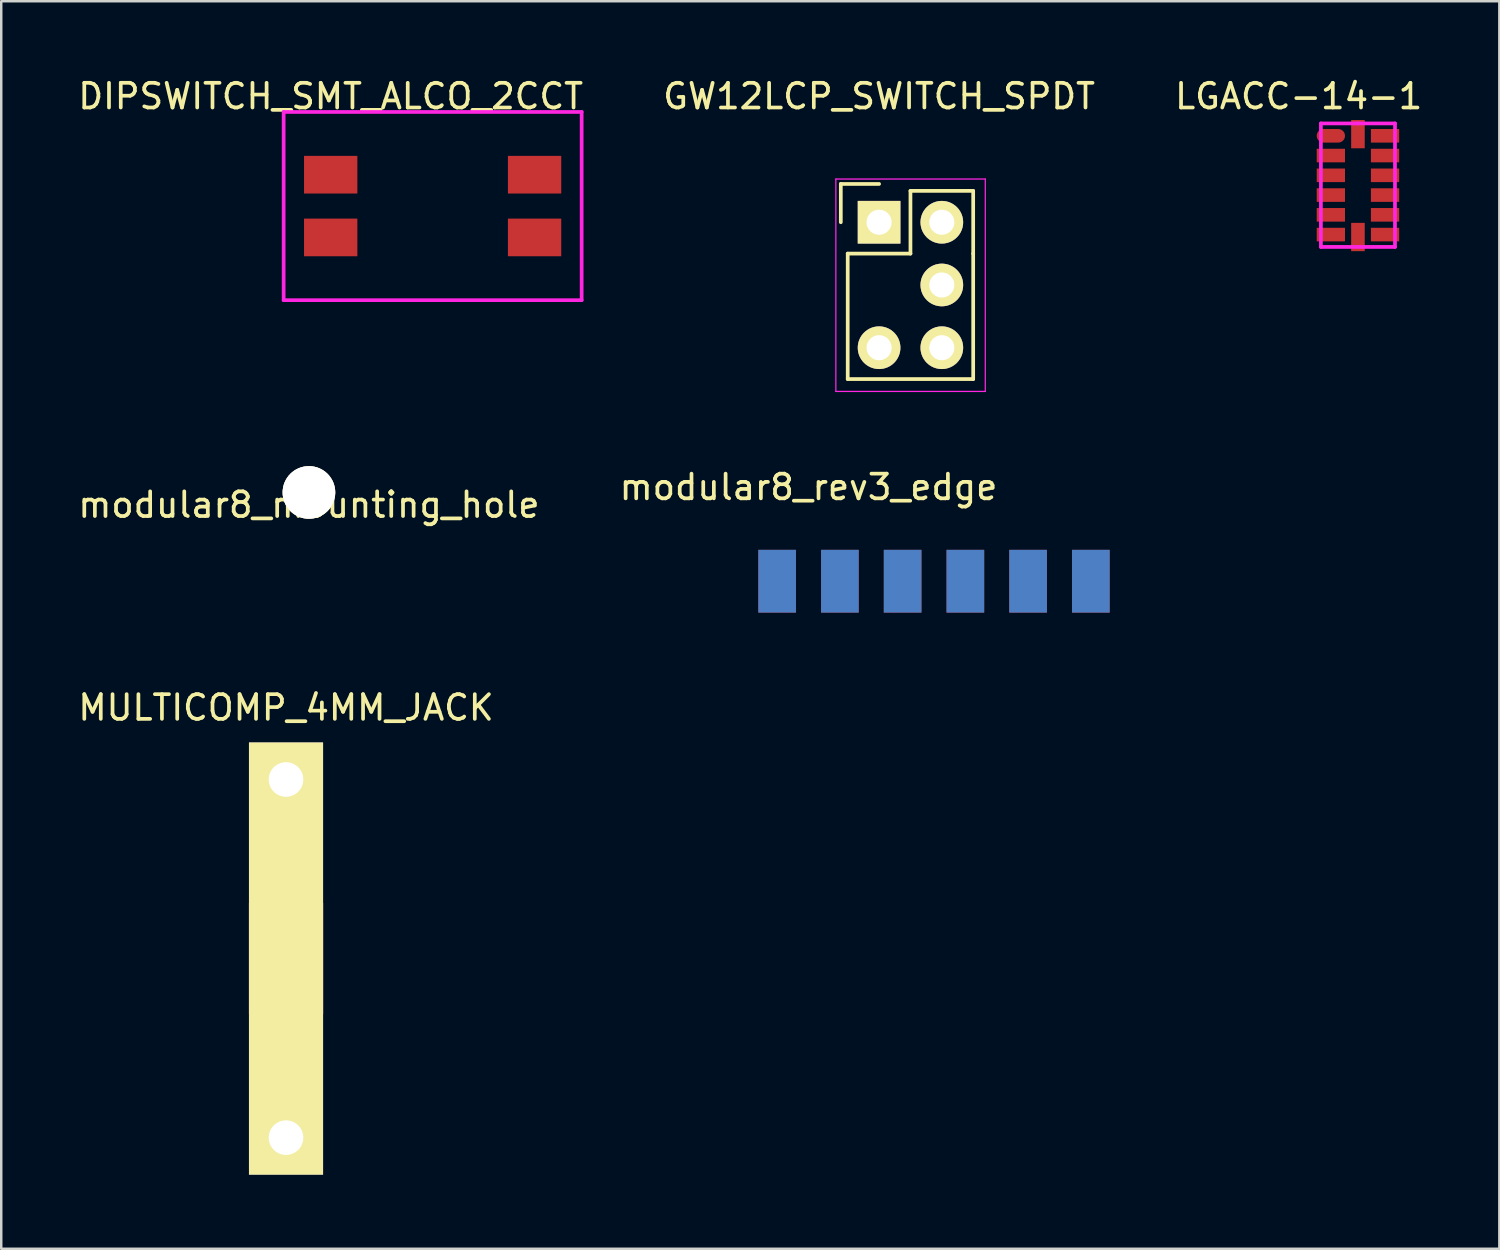
<source format=kicad_pcb>
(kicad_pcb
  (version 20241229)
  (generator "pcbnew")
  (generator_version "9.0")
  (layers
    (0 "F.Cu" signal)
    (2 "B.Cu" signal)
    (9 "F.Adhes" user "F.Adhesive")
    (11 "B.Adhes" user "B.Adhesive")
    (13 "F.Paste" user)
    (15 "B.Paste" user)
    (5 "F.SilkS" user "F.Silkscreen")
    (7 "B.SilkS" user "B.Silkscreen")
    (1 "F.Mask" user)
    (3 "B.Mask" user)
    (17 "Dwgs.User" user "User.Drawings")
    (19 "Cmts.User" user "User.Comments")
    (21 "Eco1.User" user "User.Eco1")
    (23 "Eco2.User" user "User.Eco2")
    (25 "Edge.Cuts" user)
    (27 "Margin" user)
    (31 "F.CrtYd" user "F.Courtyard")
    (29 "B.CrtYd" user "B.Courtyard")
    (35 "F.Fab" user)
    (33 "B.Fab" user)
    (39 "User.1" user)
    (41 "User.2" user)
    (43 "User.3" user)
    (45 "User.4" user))
  (footprint "LGACC-14-1"
    (layer "F.Cu")
    (at 51.93 4.448)
    (property "Reference" "LGACC-14-1" (at -2.4 -3.6 0) (layer "F.SilkS") (effects (font (size 1 1) (thickness 0.15))))
    (attr through_hole)
    (fp_line (start -1.5 -2.5) (end -1.5 2.5) (stroke (width 0.15) (type solid)) (layer "F.CrtYd"))
    (fp_line (start -1.5 2.5) (end 1.5 2.5) (stroke (width 0.15) (type solid)) (layer "F.CrtYd"))
    (fp_line (start 0 -2.5) (end -1.5 -2.5) (stroke (width 0.15) (type solid)) (layer "F.CrtYd"))
    (fp_line (start 1.5 -2.5) (end 0 -2.5) (stroke (width 0.15) (type solid)) (layer "F.CrtYd"))
    (fp_line (start 1.5 2.5) (end 1.5 -2.5) (stroke (width 0.15) (type solid)) (layer "F.CrtYd"))
    (pad "" smd rect (at -1.1 -2) (size 1.145 0.55) (layers "F.Mask"))
    (pad "1" smd oval (at -1.097 -2) (size 1.145 0.55) (layers "F.Cu" "F.Mask" "F.Paste"))
    (pad "2" smd rect (at -1.097 -1.2) (size 1.145 0.55) (layers "F.Cu" "F.Mask" "F.Paste"))
    (pad "3" smd rect (at -1.097 -0.4) (size 1.145 0.55) (layers "F.Cu" "F.Mask" "F.Paste"))
    (pad "4" smd rect (at -1.097 0.4) (size 1.145 0.55) (layers "F.Cu" "F.Mask" "F.Paste"))
    (pad "5" smd rect (at -1.097 1.2) (size 1.145 0.55) (layers "F.Cu" "F.Mask" "F.Paste"))
    (pad "6" smd rect (at -1.097 2) (size 1.145 0.55) (layers "F.Cu" "F.Mask" "F.Paste"))
    (pad "7" smd rect (at 0 2.098 90) (size 1.145 0.55) (layers "F.Cu" "F.Mask" "F.Paste"))
    (pad "8" smd rect (at 1.097 2) (size 1.145 0.55) (layers "F.Cu" "F.Mask" "F.Paste"))
    (pad "9" smd rect (at 1.097 1.2) (size 1.145 0.55) (layers "F.Cu" "F.Mask" "F.Paste"))
    (pad "10" smd rect (at 1.097 0.4) (size 1.145 0.55) (layers "F.Cu" "F.Mask" "F.Paste"))
    (pad "11" smd rect (at 1.097 -0.4) (size 1.145 0.55) (layers "F.Cu" "F.Mask" "F.Paste"))
    (pad "12" smd rect (at 1.097 -1.2) (size 1.145 0.55) (layers "F.Cu" "F.Mask" "F.Paste"))
    (pad "13" smd rect (at 1.097 -2) (size 1.145 0.55) (layers "F.Cu" "F.Mask" "F.Paste"))
    (pad "14" smd rect (at 0 -2.067 90) (size 1.145 0.55) (layers "F.Cu" "F.Mask" "F.Paste")))
  (footprint "MULTICOMP_4MM_JACK"
    (layer "F.Cu")
    (at 8.53 35.76)
    (property "Reference" "MULTICOMP_4MM_JACK" (at 0 -10.16 0) (layer "F.SilkS") (effects (font (size 1 1) (thickness 0.15))))
    (attr through_hole)
    (pad "1" thru_hole rect (at 0 -7.25) (size 3 11) (drill 1.4 (offset 0 4)) (layers "*.Cu" "*.Mask" "F.SilkS"))
    (pad "1" thru_hole rect (at 0 7.25) (size 3 11) (drill 1.4 (offset 0 -4)) (layers "*.Cu" "*.Mask" "F.SilkS")))
  (footprint "modular8_mounting_hole"
    (layer "F.Cu")
    (at 9.458 16.888)
    (property "Reference" "modular8_mounting_hole" (at 0 0.5 0) (layer "F.SilkS") (effects (font (size 1 1) (thickness 0.15))))
    (attr through_hole)
    (pad "1" thru_hole circle (at 0 0) (size 2.13 2.13) (drill 2.13) (layers "*.Cu" "*.Mask" "F.SilkS")))
  (footprint "DIPSWITCH_SMT_ALCO_2CCT"
    (layer "F.Cu")
    (at 10.339 4.023)
    (property "Reference" "DIPSWITCH_SMT_ALCO_2CCT" (at 0 -3.175 0) (layer "F.SilkS") (effects (font (size 1 1) (thickness 0.15))))
    (attr through_hole)
    (fp_line (start -1.905 -2.54) (end -1.905 5.08) (stroke (width 0.15) (type solid)) (layer "F.CrtYd"))
    (fp_line (start -1.905 5.08) (end 10.16 5.08) (stroke (width 0.15) (type solid)) (layer "F.CrtYd"))
    (fp_line (start 10.16 -2.54) (end -1.905 -2.54) (stroke (width 0.15) (type solid)) (layer "F.CrtYd"))
    (fp_line (start 10.16 5.08) (end 10.16 -2.54) (stroke (width 0.15) (type solid)) (layer "F.CrtYd"))
    (pad "1" smd rect (at 0 0) (size 2.159 1.524) (layers "F.Cu" "F.Mask" "F.Paste"))
    (pad "2" smd rect (at 0 2.54) (size 2.159 1.524) (layers "F.Cu" "F.Mask" "F.Paste"))
    (pad "3" smd rect (at 8.255 2.54) (size 2.159 1.524) (layers "F.Cu" "F.Mask" "F.Paste"))
    (pad "4" smd rect (at 8.255 0) (size 2.159 1.524) (layers "F.Cu" "F.Mask" "F.Paste")))
  (footprint "GW12LCP_SWITCH_SPDT"
    (layer "F.Cu")
    (at 32.542 5.948)
    (property "Reference" "GW12LCP_SWITCH_SPDT" (at 0 -5.1 0) (layer "F.SilkS") (effects (font (size 1 1) (thickness 0.15))))
    (attr through_hole)
    (fp_line (start -1.55 -1.55) (end -1.55 0) (stroke (width 0.15) (type solid)) (layer "F.SilkS"))
    (fp_line (start -1.55 -1.55) (end 0 -1.55) (stroke (width 0.15) (type solid)) (layer "F.SilkS"))
    (fp_line (start -1.27 1.27) (end -1.27 6.35) (stroke (width 0.15) (type solid)) (layer "F.SilkS"))
    (fp_line (start -1.27 6.35) (end 3.81 6.35) (stroke (width 0.15) (type solid)) (layer "F.SilkS"))
    (fp_line (start 1.27 -1.27) (end 1.27 1.27) (stroke (width 0.15) (type solid)) (layer "F.SilkS"))
    (fp_line (start 1.27 1.27) (end -1.27 1.27) (stroke (width 0.15) (type solid)) (layer "F.SilkS"))
    (fp_line (start 3.81 -1.27) (end 1.27 -1.27) (stroke (width 0.15) (type solid)) (layer "F.SilkS"))
    (fp_line (start 3.81 1.27) (end 3.81 -1.27) (stroke (width 0.15) (type solid)) (layer "F.SilkS"))
    (fp_line (start 3.81 6.35) (end 3.81 1.27) (stroke (width 0.15) (type solid)) (layer "F.SilkS"))
    (fp_line (start -1.75 -1.75) (end -1.75 6.85) (stroke (width 0.05) (type solid)) (layer "F.CrtYd"))
    (fp_line (start -1.75 -1.75) (end 4.3 -1.75) (stroke (width 0.05) (type solid)) (layer "F.CrtYd"))
    (fp_line (start -1.75 6.85) (end 4.3 6.85) (stroke (width 0.05) (type solid)) (layer "F.CrtYd"))
    (fp_line (start 4.3 -1.75) (end 4.3 6.85) (stroke (width 0.05) (type solid)) (layer "F.CrtYd"))
    (pad "1" thru_hole rect (at 0 0) (size 1.727 1.727) (drill 1.016) (layers "*.Cu" "*.Mask" "F.SilkS"))
    (pad "3" thru_hole oval (at 0 5.08) (size 1.727 1.727) (drill 1.016) (layers "*.Cu" "*.Mask" "F.SilkS"))
    (pad "4" thru_hole oval (at 2.54 5.08) (size 1.727 1.727) (drill 1.016) (layers "*.Cu" "*.Mask" "F.SilkS"))
    (pad "5" thru_hole oval (at 2.54 2.54) (size 1.727 1.727) (drill 1.016) (layers "*.Cu" "*.Mask" "F.SilkS"))
    (pad "6" thru_hole oval (at 2.54 0) (size 1.727 1.727) (drill 1.016) (layers "*.Cu" "*.Mask" "F.SilkS")))
  (footprint "modular8_rev3_edge"
    (layer "F.Cu")
    (at 33.495 20.482)
    (property "Reference" "modular8_rev3_edge" (at -3.81 -3.81 0) (layer "F.SilkS") (effects (font (size 1 1) (thickness 0.15))))
    (attr through_hole)
    (pad "1" smd rect (at -5.08 0) (size 1.524 2.54) (layers "F.Cu" "F.Mask" "F.Paste"))
    (pad "2" smd rect (at -5.08 0) (size 1.524 2.54) (layers "B.Cu" "B.Mask" "B.Paste"))
    (pad "3" smd rect (at -2.54 0) (size 1.524 2.54) (layers "F.Cu" "F.Mask" "F.Paste"))
    (pad "4" smd rect (at -2.54 0) (size 1.524 2.54) (layers "B.Cu" "B.Mask" "B.Paste"))
    (pad "5" smd rect (at 0 0) (size 1.524 2.54) (layers "F.Cu" "F.Mask" "F.Paste"))
    (pad "6" smd rect (at 0 0) (size 1.524 2.54) (layers "B.Cu" "B.Mask" "B.Paste"))
    (pad "7" smd rect (at 2.54 0) (size 1.524 2.54) (layers "F.Cu" "F.Mask" "F.Paste"))
    (pad "8" smd rect (at 2.54 0) (size 1.524 2.54) (layers "B.Cu" "B.Mask" "B.Paste"))
    (pad "9" smd rect (at 5.08 0) (size 1.524 2.54) (layers "F.Cu" "F.Mask" "F.Paste"))
    (pad "10" smd rect (at 5.08 0) (size 1.524 2.54) (layers "B.Cu" "B.Mask" "B.Paste"))
    (pad "11" smd rect (at 7.62 0) (size 1.524 2.54) (layers "F.Cu" "F.Mask" "F.Paste"))
    (pad "12" smd rect (at 7.62 0) (size 1.524 2.54) (layers "B.Cu" "B.Mask" "B.Paste")))
  (gr_rect
    (start -3 -3)
    (end 57.655 47.51)
    (stroke (width 0.1) (type default))
    (fill no)
    (layer "Edge.Cuts")))
</source>
